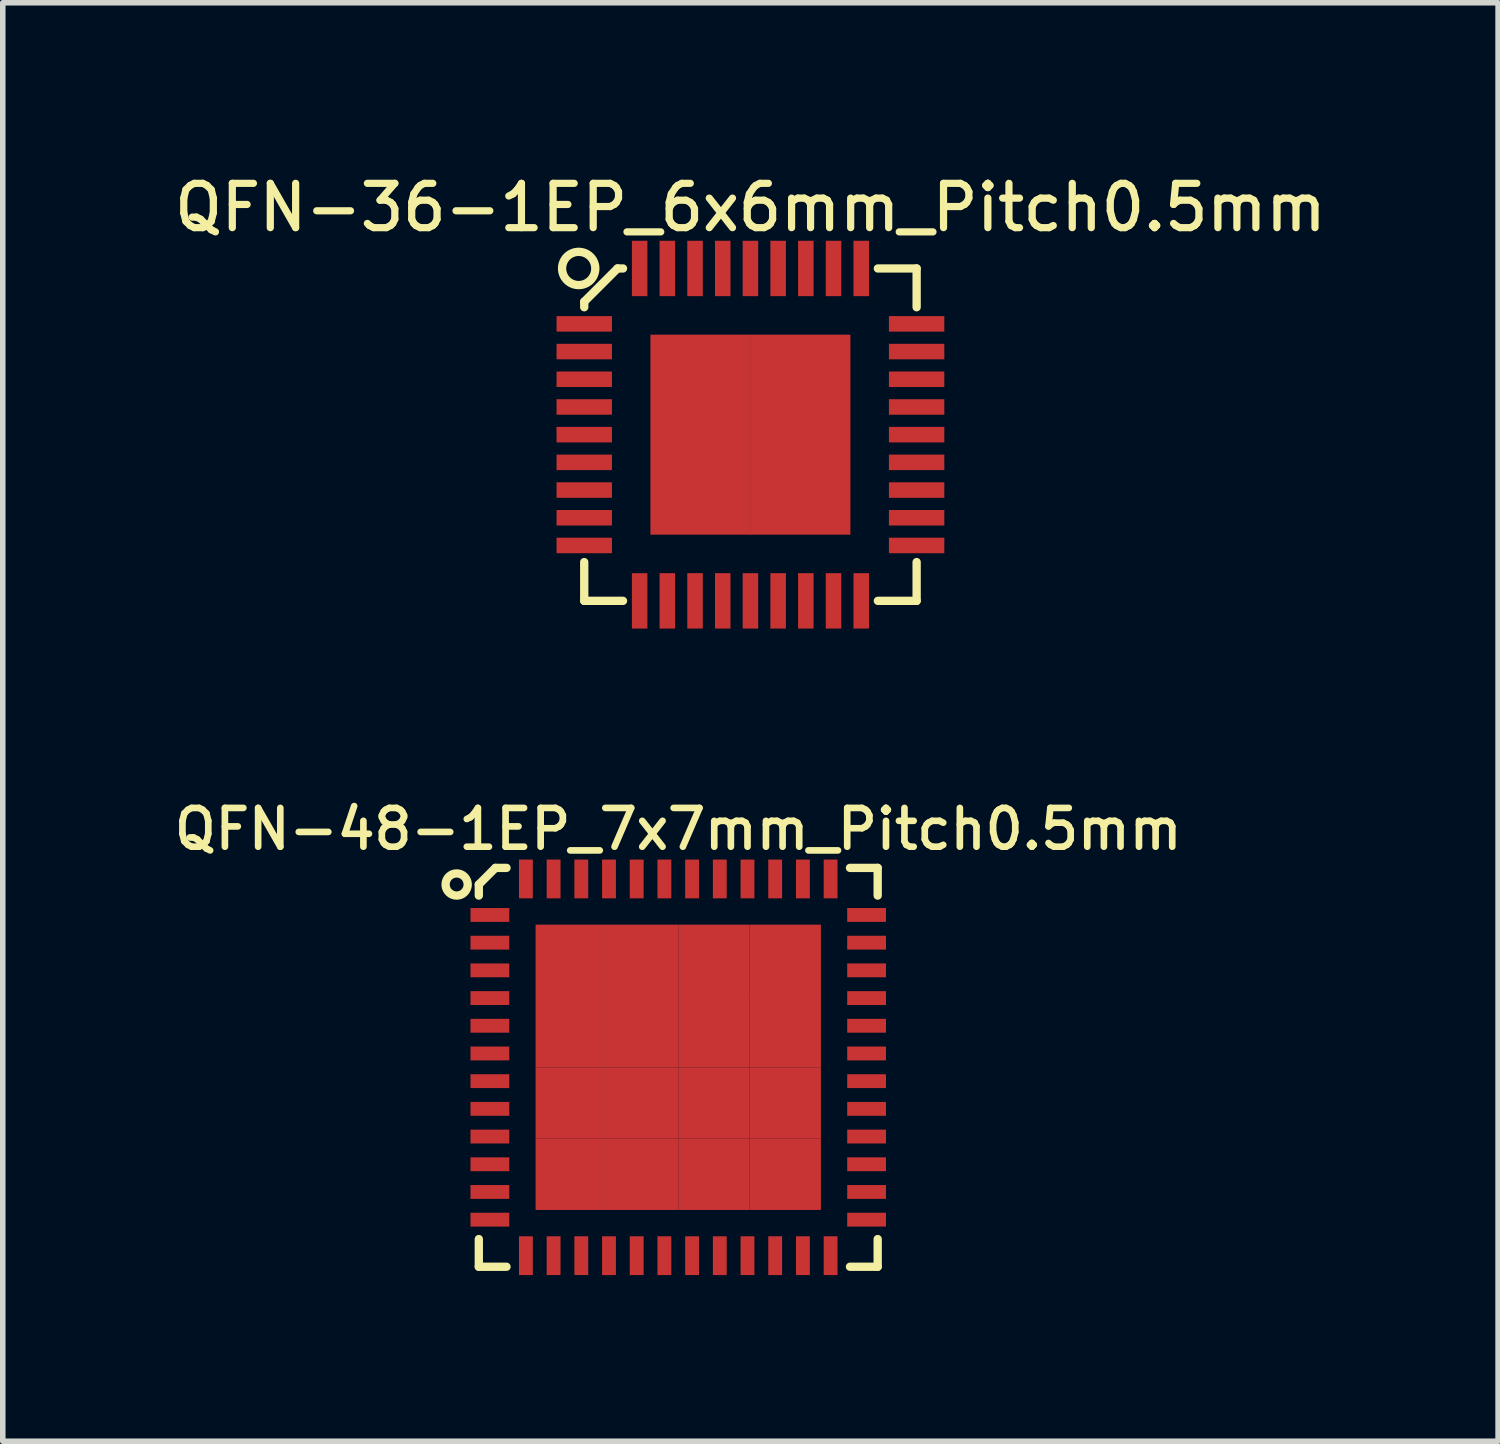
<source format=kicad_pcb>
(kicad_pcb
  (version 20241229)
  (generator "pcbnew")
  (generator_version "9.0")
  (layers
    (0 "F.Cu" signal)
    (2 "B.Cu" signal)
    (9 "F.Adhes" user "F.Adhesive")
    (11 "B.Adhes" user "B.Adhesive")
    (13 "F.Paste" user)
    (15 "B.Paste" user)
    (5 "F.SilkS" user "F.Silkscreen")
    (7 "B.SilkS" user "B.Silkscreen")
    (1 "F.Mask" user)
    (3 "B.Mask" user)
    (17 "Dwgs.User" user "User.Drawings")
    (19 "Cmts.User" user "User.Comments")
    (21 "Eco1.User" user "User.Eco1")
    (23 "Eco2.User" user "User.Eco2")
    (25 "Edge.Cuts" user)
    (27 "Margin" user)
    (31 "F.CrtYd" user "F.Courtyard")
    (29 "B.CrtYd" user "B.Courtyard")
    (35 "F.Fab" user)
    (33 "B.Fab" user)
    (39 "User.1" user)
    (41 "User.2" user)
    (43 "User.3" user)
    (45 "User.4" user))
  (footprint "QFN-36-1EP_6x6mm_Pitch0.5mm"
    (layer "F.Cu")
    (at 10.496 4.796)
    (property "Reference" "QFN-36-1EP_6x6mm_Pitch0.5mm" (at 0 -4.1 0) (layer "F.SilkS") (effects (font (size 0.8 0.8) (thickness 0.13))))
    (attr smd)
    (fp_line (start -3 -2.3) (end -3 -2.4) (stroke (width 0.15) (type solid)) (layer "F.SilkS"))
    (fp_line (start -3 2.3) (end -3 3) (stroke (width 0.15) (type solid)) (layer "F.SilkS"))
    (fp_line (start -3 3) (end -2.3 3) (stroke (width 0.15) (type solid)) (layer "F.SilkS"))
    (fp_line (start -2.4 -3) (end -3 -2.4) (stroke (width 0.15) (type solid)) (layer "F.SilkS"))
    (fp_line (start -2.3 -3) (end -2.4 -3) (stroke (width 0.15) (type solid)) (layer "F.SilkS"))
    (fp_line (start 2.3 -3) (end 3 -3) (stroke (width 0.15) (type solid)) (layer "F.SilkS"))
    (fp_line (start 2.3 3) (end 3 3) (stroke (width 0.15) (type solid)) (layer "F.SilkS"))
    (fp_line (start 3 -3) (end 3 -2.3) (stroke (width 0.15) (type solid)) (layer "F.SilkS"))
    (fp_line (start 3 3) (end 3 2.3) (stroke (width 0.15) (type solid)) (layer "F.SilkS"))
    (fp_circle (center -3.1 -3) (end -3.1 -2.7) (stroke (width 0.15) (type solid)) (fill no) (layer "F.SilkS"))
    (pad "1" smd rect (at -3 -2) (size 1 0.28) (layers "F.Cu" "F.Mask" "F.Paste"))
    (pad "2" smd rect (at -3 -1.5) (size 1 0.28) (layers "F.Cu" "F.Mask" "F.Paste"))
    (pad "3" smd rect (at -3 -1) (size 1 0.28) (layers "F.Cu" "F.Mask" "F.Paste"))
    (pad "4" smd rect (at -3 -0.5) (size 1 0.28) (layers "F.Cu" "F.Mask" "F.Paste"))
    (pad "5" smd rect (at -3 0) (size 1 0.28) (layers "F.Cu" "F.Mask" "F.Paste"))
    (pad "6" smd rect (at -3 0.5) (size 1 0.28) (layers "F.Cu" "F.Mask" "F.Paste"))
    (pad "7" smd rect (at -3 1) (size 1 0.28) (layers "F.Cu" "F.Mask" "F.Paste"))
    (pad "8" smd rect (at -3 1.5) (size 1 0.28) (layers "F.Cu" "F.Mask" "F.Paste"))
    (pad "9" smd rect (at -3 2) (size 1 0.28) (layers "F.Cu" "F.Mask" "F.Paste"))
    (pad "10" smd rect (at -2 3 90) (size 1 0.28) (layers "F.Cu" "F.Mask" "F.Paste"))
    (pad "11" smd rect (at -1.5 3 90) (size 1 0.28) (layers "F.Cu" "F.Mask" "F.Paste"))
    (pad "12" smd rect (at -1 3 90) (size 1 0.28) (layers "F.Cu" "F.Mask" "F.Paste"))
    (pad "13" smd rect (at -0.5 3 90) (size 1 0.28) (layers "F.Cu" "F.Mask" "F.Paste"))
    (pad "14" smd rect (at 0 3 90) (size 1 0.28) (layers "F.Cu" "F.Mask" "F.Paste"))
    (pad "15" smd rect (at 0.5 3 90) (size 1 0.28) (layers "F.Cu" "F.Mask" "F.Paste"))
    (pad "16" smd rect (at 1 3 90) (size 1 0.28) (layers "F.Cu" "F.Mask" "F.Paste"))
    (pad "17" smd rect (at 1.5 3 90) (size 1 0.28) (layers "F.Cu" "F.Mask" "F.Paste"))
    (pad "18" smd rect (at 2 3 90) (size 1 0.28) (layers "F.Cu" "F.Mask" "F.Paste"))
    (pad "19" smd rect (at 3 2) (size 1 0.28) (layers "F.Cu" "F.Mask" "F.Paste"))
    (pad "20" smd rect (at 3 1.5) (size 1 0.28) (layers "F.Cu" "F.Mask" "F.Paste"))
    (pad "21" smd rect (at 3 1) (size 1 0.28) (layers "F.Cu" "F.Mask" "F.Paste"))
    (pad "22" smd rect (at 3 0.5) (size 1 0.28) (layers "F.Cu" "F.Mask" "F.Paste"))
    (pad "23" smd rect (at 3 0) (size 1 0.28) (layers "F.Cu" "F.Mask" "F.Paste"))
    (pad "24" smd rect (at 3 -0.5) (size 1 0.28) (layers "F.Cu" "F.Mask" "F.Paste"))
    (pad "25" smd rect (at 3 -1) (size 1 0.28) (layers "F.Cu" "F.Mask" "F.Paste"))
    (pad "26" smd rect (at 3 -1.5) (size 1 0.28) (layers "F.Cu" "F.Mask" "F.Paste"))
    (pad "27" smd rect (at 3 -2) (size 1 0.28) (layers "F.Cu" "F.Mask" "F.Paste"))
    (pad "28" smd rect (at 2 -3 90) (size 1 0.28) (layers "F.Cu" "F.Mask" "F.Paste"))
    (pad "29" smd rect (at 1.5 -3 90) (size 1 0.28) (layers "F.Cu" "F.Mask" "F.Paste"))
    (pad "30" smd rect (at 1 -3 90) (size 1 0.28) (layers "F.Cu" "F.Mask" "F.Paste"))
    (pad "31" smd rect (at 0.5 -3 90) (size 1 0.28) (layers "F.Cu" "F.Mask" "F.Paste"))
    (pad "32" smd rect (at 0 -3 90) (size 1 0.28) (layers "F.Cu" "F.Mask" "F.Paste"))
    (pad "33" smd rect (at -0.5 -3 90) (size 1 0.28) (layers "F.Cu" "F.Mask" "F.Paste"))
    (pad "34" smd rect (at -1 -3 90) (size 1 0.28) (layers "F.Cu" "F.Mask" "F.Paste"))
    (pad "35" smd rect (at -1.5 -3 90) (size 1 0.28) (layers "F.Cu" "F.Mask" "F.Paste"))
    (pad "36" smd rect (at -2 -3 90) (size 1 0.28) (layers "F.Cu" "F.Mask" "F.Paste"))
    (pad "37" smd rect (at -0.9 -0.9 90) (size 1.81 1.81) (layers "F.Cu" "F.Mask" "F.Paste"))
    (pad "37" smd rect (at -0.9 0.9 90) (size 1.81 1.81) (layers "F.Cu" "F.Mask" "F.Paste"))
    (pad "37" smd rect (at 0.9 -0.9 90) (size 1.81 1.81) (layers "F.Cu" "F.Mask" "F.Paste"))
    (pad "37" smd rect (at 0.9 0.9 90) (size 1.81 1.81) (layers "F.Cu" "F.Mask" "F.Paste")))
  (footprint "QFN-48-1EP_7x7mm_Pitch0.5mm"
    (layer "F.Cu")
    (at 9.193 16.216)
    (property "Reference" "QFN-48-1EP_7x7mm_Pitch0.5mm" (at 0 -4.3 0) (layer "F.SilkS") (effects (font (size 0.7 0.7) (thickness 0.12))))
    (attr smd)
    (fp_line (start -3.6 -3.3) (end -3.6 -3.1) (stroke (width 0.15) (type solid)) (layer "F.SilkS"))
    (fp_line (start -3.6 -3.3) (end -3.3 -3.6) (stroke (width 0.15) (type solid)) (layer "F.SilkS"))
    (fp_line (start -3.6 3.6) (end -3.6 3.1) (stroke (width 0.15) (type solid)) (layer "F.SilkS"))
    (fp_line (start -3.6 3.6) (end -3.1 3.6) (stroke (width 0.15) (type solid)) (layer "F.SilkS"))
    (fp_line (start -3.3 -3.6) (end -3.1 -3.6) (stroke (width 0.15) (type solid)) (layer "F.SilkS"))
    (fp_line (start 3.6 -3.6) (end 3.1 -3.6) (stroke (width 0.15) (type solid)) (layer "F.SilkS"))
    (fp_line (start 3.6 -3.6) (end 3.6 -3.1) (stroke (width 0.15) (type solid)) (layer "F.SilkS"))
    (fp_line (start 3.6 3.6) (end 3.1 3.6) (stroke (width 0.15) (type solid)) (layer "F.SilkS"))
    (fp_line (start 3.6 3.6) (end 3.6 3.1) (stroke (width 0.15) (type solid)) (layer "F.SilkS"))
    (fp_circle (center -4 -3.3) (end -3.8 -3.3) (stroke (width 0.15) (type solid)) (fill no) (layer "F.SilkS"))
    (pad "1" smd rect (at -3.4 -2.75) (size 0.7 0.25) (layers "F.Cu" "F.Mask" "F.Paste"))
    (pad "2" smd rect (at -3.4 -2.25) (size 0.7 0.25) (layers "F.Cu" "F.Mask" "F.Paste"))
    (pad "3" smd rect (at -3.4 -1.75) (size 0.7 0.25) (layers "F.Cu" "F.Mask" "F.Paste"))
    (pad "4" smd rect (at -3.4 -1.25) (size 0.7 0.25) (layers "F.Cu" "F.Mask" "F.Paste"))
    (pad "5" smd rect (at -3.4 -0.75) (size 0.7 0.25) (layers "F.Cu" "F.Mask" "F.Paste"))
    (pad "6" smd rect (at -3.4 -0.25) (size 0.7 0.25) (layers "F.Cu" "F.Mask" "F.Paste"))
    (pad "7" smd rect (at -3.4 0.25) (size 0.7 0.25) (layers "F.Cu" "F.Mask" "F.Paste"))
    (pad "8" smd rect (at -3.4 0.75) (size 0.7 0.25) (layers "F.Cu" "F.Mask" "F.Paste"))
    (pad "9" smd rect (at -3.4 1.25) (size 0.7 0.25) (layers "F.Cu" "F.Mask" "F.Paste"))
    (pad "10" smd rect (at -3.4 1.75) (size 0.7 0.25) (layers "F.Cu" "F.Mask" "F.Paste"))
    (pad "11" smd rect (at -3.4 2.25) (size 0.7 0.25) (layers "F.Cu" "F.Mask" "F.Paste"))
    (pad "12" smd rect (at -3.4 2.75) (size 0.7 0.25) (layers "F.Cu" "F.Mask" "F.Paste"))
    (pad "13" smd rect (at -2.75 3.4 90) (size 0.7 0.25) (layers "F.Cu" "F.Mask" "F.Paste"))
    (pad "14" smd rect (at -2.25 3.4 90) (size 0.7 0.25) (layers "F.Cu" "F.Mask" "F.Paste"))
    (pad "15" smd rect (at -1.75 3.4 90) (size 0.7 0.25) (layers "F.Cu" "F.Mask" "F.Paste"))
    (pad "16" smd rect (at -1.25 3.4 90) (size 0.7 0.25) (layers "F.Cu" "F.Mask" "F.Paste"))
    (pad "17" smd rect (at -0.75 3.4 90) (size 0.7 0.25) (layers "F.Cu" "F.Mask" "F.Paste"))
    (pad "18" smd rect (at -0.25 3.4 90) (size 0.7 0.25) (layers "F.Cu" "F.Mask" "F.Paste"))
    (pad "19" smd rect (at 0.25 3.4 90) (size 0.7 0.25) (layers "F.Cu" "F.Mask" "F.Paste"))
    (pad "20" smd rect (at 0.75 3.4 90) (size 0.7 0.25) (layers "F.Cu" "F.Mask" "F.Paste"))
    (pad "21" smd rect (at 1.25 3.4 90) (size 0.7 0.25) (layers "F.Cu" "F.Mask" "F.Paste"))
    (pad "22" smd rect (at 1.75 3.4 90) (size 0.7 0.25) (layers "F.Cu" "F.Mask" "F.Paste"))
    (pad "23" smd rect (at 2.25 3.4 90) (size 0.7 0.25) (layers "F.Cu" "F.Mask" "F.Paste"))
    (pad "24" smd rect (at 2.75 3.4 90) (size 0.7 0.25) (layers "F.Cu" "F.Mask" "F.Paste"))
    (pad "25" smd rect (at 3.4 2.75) (size 0.7 0.25) (layers "F.Cu" "F.Mask" "F.Paste"))
    (pad "26" smd rect (at 3.4 2.25) (size 0.7 0.25) (layers "F.Cu" "F.Mask" "F.Paste"))
    (pad "27" smd rect (at 3.4 1.75) (size 0.7 0.25) (layers "F.Cu" "F.Mask" "F.Paste"))
    (pad "28" smd rect (at 3.4 1.25) (size 0.7 0.25) (layers "F.Cu" "F.Mask" "F.Paste"))
    (pad "29" smd rect (at 3.4 0.75) (size 0.7 0.25) (layers "F.Cu" "F.Mask" "F.Paste"))
    (pad "30" smd rect (at 3.4 0.25) (size 0.7 0.25) (layers "F.Cu" "F.Mask" "F.Paste"))
    (pad "31" smd rect (at 3.4 -0.25) (size 0.7 0.25) (layers "F.Cu" "F.Mask" "F.Paste"))
    (pad "32" smd rect (at 3.4 -0.75) (size 0.7 0.25) (layers "F.Cu" "F.Mask" "F.Paste"))
    (pad "33" smd rect (at 3.4 -1.25) (size 0.7 0.25) (layers "F.Cu" "F.Mask" "F.Paste"))
    (pad "34" smd rect (at 3.4 -1.75) (size 0.7 0.25) (layers "F.Cu" "F.Mask" "F.Paste"))
    (pad "35" smd rect (at 3.4 -2.25) (size 0.7 0.25) (layers "F.Cu" "F.Mask" "F.Paste"))
    (pad "36" smd rect (at 3.4 -2.75) (size 0.7 0.25) (layers "F.Cu" "F.Mask" "F.Paste"))
    (pad "37" smd rect (at 2.75 -3.4 90) (size 0.7 0.25) (layers "F.Cu" "F.Mask" "F.Paste"))
    (pad "38" smd rect (at 2.25 -3.4 90) (size 0.7 0.25) (layers "F.Cu" "F.Mask" "F.Paste"))
    (pad "39" smd rect (at 1.75 -3.4 90) (size 0.7 0.25) (layers "F.Cu" "F.Mask" "F.Paste"))
    (pad "40" smd rect (at 1.25 -3.4 90) (size 0.7 0.25) (layers "F.Cu" "F.Mask" "F.Paste"))
    (pad "41" smd rect (at 0.75 -3.4 90) (size 0.7 0.25) (layers "F.Cu" "F.Mask" "F.Paste"))
    (pad "42" smd rect (at 0.25 -3.4 90) (size 0.7 0.25) (layers "F.Cu" "F.Mask" "F.Paste"))
    (pad "43" smd rect (at -0.25 -3.4 90) (size 0.7 0.25) (layers "F.Cu" "F.Mask" "F.Paste"))
    (pad "44" smd rect (at -0.75 -3.4 90) (size 0.7 0.25) (layers "F.Cu" "F.Mask" "F.Paste"))
    (pad "45" smd rect (at -1.25 -3.4 90) (size 0.7 0.25) (layers "F.Cu" "F.Mask" "F.Paste"))
    (pad "46" smd rect (at -1.75 -3.4 90) (size 0.7 0.25) (layers "F.Cu" "F.Mask" "F.Paste"))
    (pad "47" smd rect (at -2.25 -3.4 90) (size 0.7 0.25) (layers "F.Cu" "F.Mask" "F.Paste"))
    (pad "48" smd rect (at -2.75 -3.4 90) (size 0.7 0.25) (layers "F.Cu" "F.Mask" "F.Paste"))
    (pad "49" smd rect (at -1.931 -1.931) (size 1.288 1.288) (layers "F.Cu" "F.Mask" "F.Paste"))
    (pad "49" smd rect (at -1.931 -0.644) (size 1.288 1.288) (layers "F.Cu" "F.Mask" "F.Paste"))
    (pad "49" smd rect (at -1.931 0.644) (size 1.288 1.288) (layers "F.Cu" "F.Mask" "F.Paste"))
    (pad "49" smd rect (at -1.931 1.931) (size 1.288 1.288) (layers "F.Cu" "F.Mask" "F.Paste"))
    (pad "49" smd rect (at -0.644 -1.931) (size 1.288 1.288) (layers "F.Cu" "F.Mask" "F.Paste"))
    (pad "49" smd rect (at -0.644 -0.644) (size 1.288 1.288) (layers "F.Cu" "F.Mask" "F.Paste"))
    (pad "49" smd rect (at -0.644 0.644) (size 1.288 1.288) (layers "F.Cu" "F.Mask" "F.Paste"))
    (pad "49" smd rect (at -0.644 1.931) (size 1.288 1.288) (layers "F.Cu" "F.Mask" "F.Paste"))
    (pad "49" smd rect (at 0.644 -1.931) (size 1.288 1.288) (layers "F.Cu" "F.Mask" "F.Paste"))
    (pad "49" smd rect (at 0.644 -0.644) (size 1.288 1.288) (layers "F.Cu" "F.Mask" "F.Paste"))
    (pad "49" smd rect (at 0.644 0.644) (size 1.288 1.288) (layers "F.Cu" "F.Mask" "F.Paste"))
    (pad "49" smd rect (at 0.644 1.931) (size 1.288 1.288) (layers "F.Cu" "F.Mask" "F.Paste"))
    (pad "49" smd rect (at 1.931 -1.931) (size 1.288 1.288) (layers "F.Cu" "F.Mask" "F.Paste"))
    (pad "49" smd rect (at 1.931 -0.644) (size 1.288 1.288) (layers "F.Cu" "F.Mask" "F.Paste"))
    (pad "49" smd rect (at 1.931 0.644) (size 1.288 1.288) (layers "F.Cu" "F.Mask" "F.Paste"))
    (pad "49" smd rect (at 1.931 1.931) (size 1.288 1.288) (layers "F.Cu" "F.Mask" "F.Paste")))
  (gr_rect
    (start -3 -3)
    (end 23.992 22.966)
    (stroke (width 0.1) (type default))
    (fill no)
    (layer "Edge.Cuts")))
</source>
